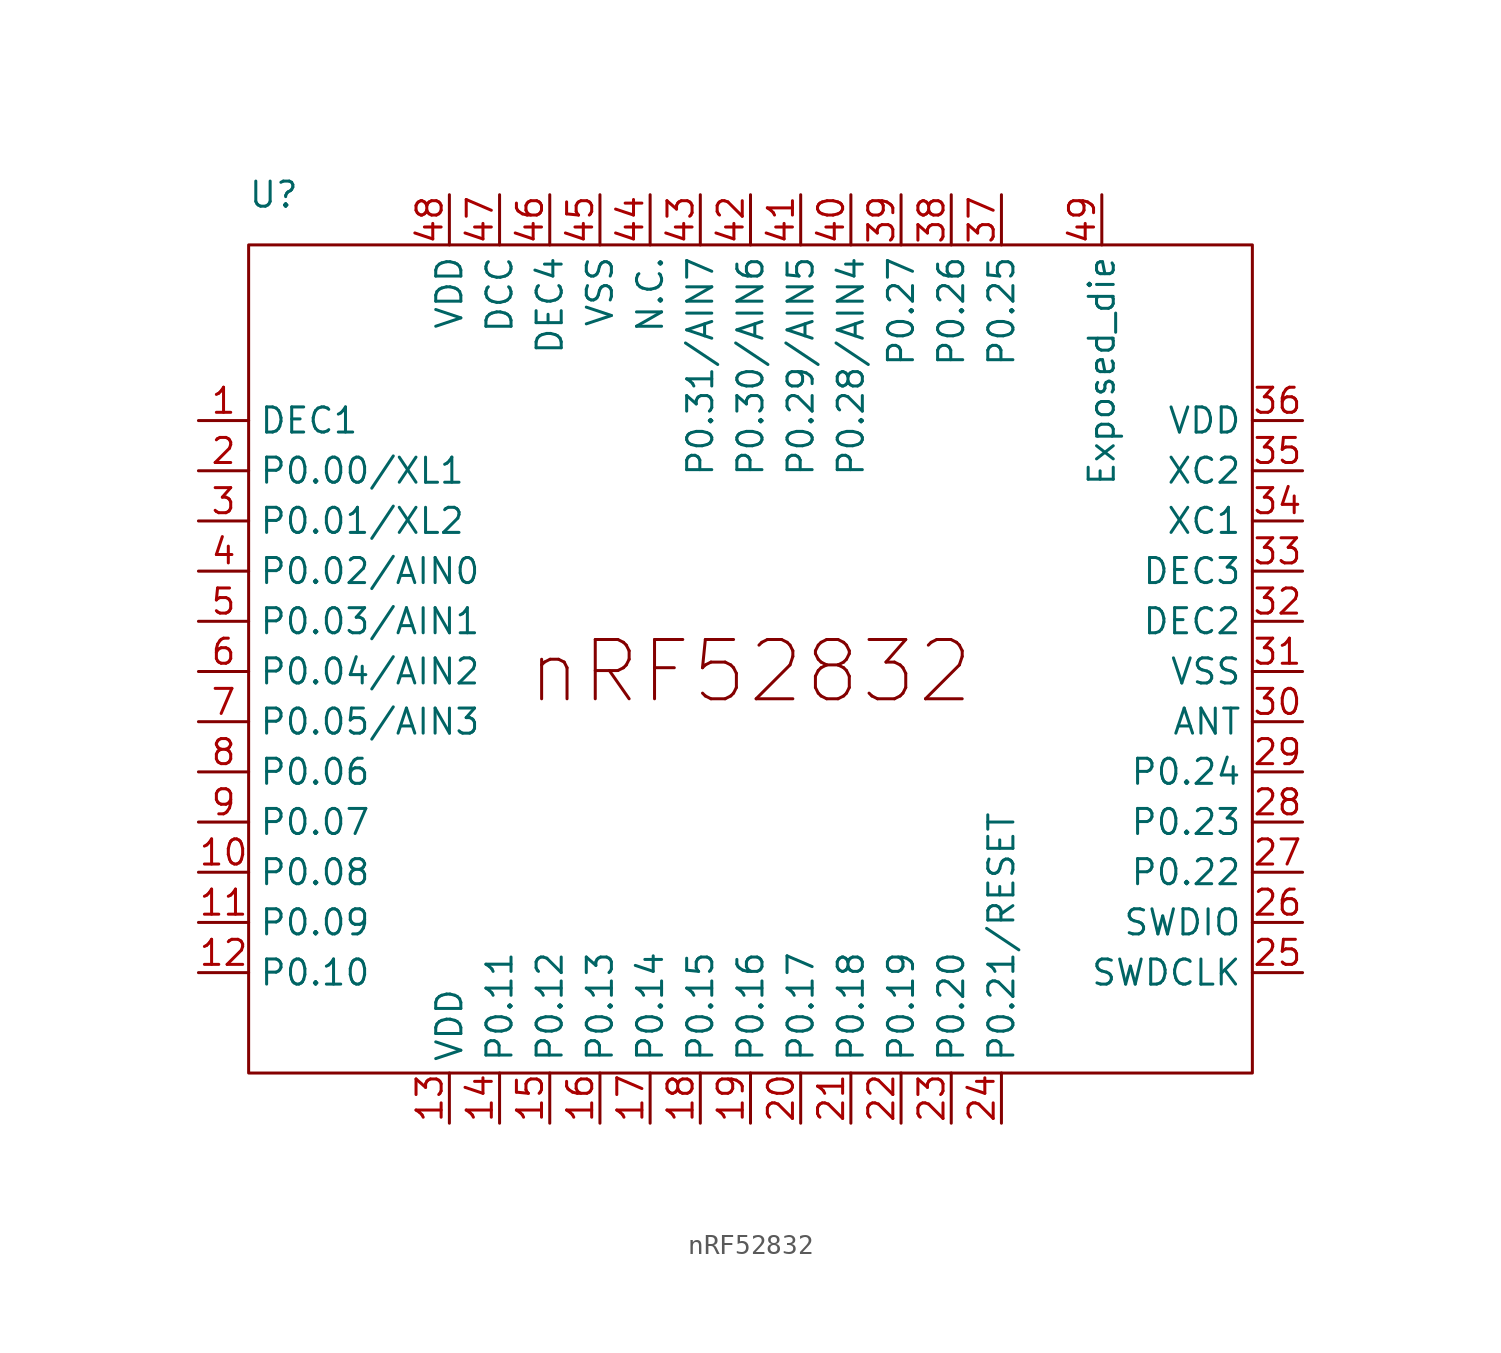
<source format=kicad_sym>
(kicad_symbol_lib
  (version 20220914)
  (generator kicad_symbol_editor)
  (symbol "nRF52832"
    (property "Reference" "U"
      (at -24.13 24.13 0)
      (effects (font (size 1.27 1.27))))
    (property "Value" ""
      (at -7.62 2.54 0)
      (effects (font (size 1.27 1.27))))
    (symbol "nRF52832_0_1"
      (rectangle (start -25.4 21.59) (end 25.4 -20.32) (stroke (width 0) (type default)) (fill (type none))))
    (symbol "nRF52832_1_1"
      (text "nRF52832" (at 0 0 0) (effects (font (size 3 3))))
      (pin input line (at -27.94 12.7 0) (length 2.54) (name "DEC1" (effects (font (size 1.27 1.27)))) (number "1" (effects (font (size 1.27 1.27)))))
      (pin bidirectional line (at -27.94 -10.16 0) (length 2.54) (name "P0.08" (effects (font (size 1.27 1.27)))) (number "10" (effects (font (size 1.27 1.27)))))
      (pin bidirectional line (at -27.94 -12.7 0) (length 2.54) (name "P0.09" (effects (font (size 1.27 1.27)))) (number "11" (effects (font (size 1.27 1.27)))))
      (pin bidirectional line (at -27.94 -15.24 0) (length 2.54) (name "P0.10" (effects (font (size 1.27 1.27)))) (number "12" (effects (font (size 1.27 1.27)))))
      (pin power_in line (at -15.24 -22.86 90) (length 2.54) (name "VDD" (effects (font (size 1.27 1.27)))) (number "13" (effects (font (size 1.27 1.27)))))
      (pin bidirectional line (at -12.7 -22.86 90) (length 2.54) (name "P0.11" (effects (font (size 1.27 1.27)))) (number "14" (effects (font (size 1.27 1.27)))))
      (pin bidirectional line (at -10.16 -22.86 90) (length 2.54) (name "P0.12" (effects (font (size 1.27 1.27)))) (number "15" (effects (font (size 1.27 1.27)))))
      (pin bidirectional line (at -7.62 -22.86 90) (length 2.54) (name "P0.13" (effects (font (size 1.27 1.27)))) (number "16" (effects (font (size 1.27 1.27)))))
      (pin bidirectional line (at -5.08 -22.86 90) (length 2.54) (name "P0.14" (effects (font (size 1.27 1.27)))) (number "17" (effects (font (size 1.27 1.27)))))
      (pin bidirectional line (at -2.54 -22.86 90) (length 2.54) (name "P0.15" (effects (font (size 1.27 1.27)))) (number "18" (effects (font (size 1.27 1.27)))))
      (pin bidirectional line (at 0 -22.86 90) (length 2.54) (name "P0.16" (effects (font (size 1.27 1.27)))) (number "19" (effects (font (size 1.27 1.27)))))
      (pin bidirectional line (at -27.94 10.16 0) (length 2.54) (name "P0.00/XL1" (effects (font (size 1.27 1.27)))) (number "2" (effects (font (size 1.27 1.27)))))
      (pin bidirectional line (at 2.54 -22.86 90) (length 2.54) (name "P0.17" (effects (font (size 1.27 1.27)))) (number "20" (effects (font (size 1.27 1.27)))))
      (pin bidirectional line (at 5.08 -22.86 90) (length 2.54) (name "P0.18" (effects (font (size 1.27 1.27)))) (number "21" (effects (font (size 1.27 1.27)))))
      (pin bidirectional line (at 7.62 -22.86 90) (length 2.54) (name "P0.19" (effects (font (size 1.27 1.27)))) (number "22" (effects (font (size 1.27 1.27)))))
      (pin bidirectional line (at 10.16 -22.86 90) (length 2.54) (name "P0.20" (effects (font (size 1.27 1.27)))) (number "23" (effects (font (size 1.27 1.27)))))
      (pin bidirectional line (at 12.7 -22.86 90) (length 2.54) (name "P0.21/RESET" (effects (font (size 1.27 1.27)))) (number "24" (effects (font (size 1.27 1.27)))))
      (pin bidirectional line (at 27.94 -15.24 180) (length 2.54) (name "SWDCLK" (effects (font (size 1.27 1.27)))) (number "25" (effects (font (size 1.27 1.27)))))
      (pin bidirectional line (at 27.94 -12.7 180) (length 2.54) (name "SWDIO" (effects (font (size 1.27 1.27)))) (number "26" (effects (font (size 1.27 1.27)))))
      (pin bidirectional line (at 27.94 -10.16 180) (length 2.54) (name "P0.22" (effects (font (size 1.27 1.27)))) (number "27" (effects (font (size 1.27 1.27)))))
      (pin bidirectional line (at 27.94 -7.62 180) (length 2.54) (name "P0.23" (effects (font (size 1.27 1.27)))) (number "28" (effects (font (size 1.27 1.27)))))
      (pin bidirectional line (at 27.94 -5.08 180) (length 2.54) (name "P0.24" (effects (font (size 1.27 1.27)))) (number "29" (effects (font (size 1.27 1.27)))))
      (pin bidirectional line (at -27.94 7.62 0) (length 2.54) (name "P0.01/XL2" (effects (font (size 1.27 1.27)))) (number "3" (effects (font (size 1.27 1.27)))))
      (pin bidirectional line (at 27.94 -2.54 180) (length 2.54) (name "ANT" (effects (font (size 1.27 1.27)))) (number "30" (effects (font (size 1.27 1.27)))))
      (pin power_in line (at 27.94 0 180) (length 2.54) (name "VSS" (effects (font (size 1.27 1.27)))) (number "31" (effects (font (size 1.27 1.27)))))
      (pin bidirectional line (at 27.94 2.54 180) (length 2.54) (name "DEC2" (effects (font (size 1.27 1.27)))) (number "32" (effects (font (size 1.27 1.27)))))
      (pin bidirectional line (at 27.94 5.08 180) (length 2.54) (name "DEC3" (effects (font (size 1.27 1.27)))) (number "33" (effects (font (size 1.27 1.27)))))
      (pin input line (at 27.94 7.62 180) (length 2.54) (name "XC1" (effects (font (size 1.27 1.27)))) (number "34" (effects (font (size 1.27 1.27)))))
      (pin output line (at 27.94 10.16 180) (length 2.54) (name "XC2" (effects (font (size 1.27 1.27)))) (number "35" (effects (font (size 1.27 1.27)))))
      (pin power_in line (at 27.94 12.7 180) (length 2.54) (name "VDD" (effects (font (size 1.27 1.27)))) (number "36" (effects (font (size 1.27 1.27)))))
      (pin bidirectional line (at 12.7 24.13 270) (length 2.54) (name "P0.25" (effects (font (size 1.27 1.27)))) (number "37" (effects (font (size 1.27 1.27)))))
      (pin bidirectional line (at 10.16 24.13 270) (length 2.54) (name "P0.26" (effects (font (size 1.27 1.27)))) (number "38" (effects (font (size 1.27 1.27)))))
      (pin bidirectional line (at 7.62 24.13 270) (length 2.54) (name "P0.27" (effects (font (size 1.27 1.27)))) (number "39" (effects (font (size 1.27 1.27)))))
      (pin bidirectional line (at -27.94 5.08 0) (length 2.54) (name "P0.02/AIN0" (effects (font (size 1.27 1.27)))) (number "4" (effects (font (size 1.27 1.27)))))
      (pin bidirectional line (at 5.08 24.13 270) (length 2.54) (name "P0.28/AIN4" (effects (font (size 1.27 1.27)))) (number "40" (effects (font (size 1.27 1.27)))))
      (pin bidirectional line (at 2.54 24.13 270) (length 2.54) (name "P0.29/AIN5" (effects (font (size 1.27 1.27)))) (number "41" (effects (font (size 1.27 1.27)))))
      (pin bidirectional line (at 0 24.13 270) (length 2.54) (name "P0.30/AIN6" (effects (font (size 1.27 1.27)))) (number "42" (effects (font (size 1.27 1.27)))))
      (pin bidirectional line (at -2.54 24.13 270) (length 2.54) (name "P0.31/AIN7" (effects (font (size 1.27 1.27)))) (number "43" (effects (font (size 1.27 1.27)))))
      (pin bidirectional line (at -5.08 24.13 270) (length 2.54) (name "N.C." (effects (font (size 1.27 1.27)))) (number "44" (effects (font (size 1.27 1.27)))))
      (pin bidirectional line (at -7.62 24.13 270) (length 2.54) (name "VSS" (effects (font (size 1.27 1.27)))) (number "45" (effects (font (size 1.27 1.27)))))
      (pin bidirectional line (at -10.16 24.13 270) (length 2.54) (name "DEC4" (effects (font (size 1.27 1.27)))) (number "46" (effects (font (size 1.27 1.27)))))
      (pin bidirectional line (at -12.7 24.13 270) (length 2.54) (name "DCC" (effects (font (size 1.27 1.27)))) (number "47" (effects (font (size 1.27 1.27)))))
      (pin bidirectional line (at -15.24 24.13 270) (length 2.54) (name "VDD" (effects (font (size 1.27 1.27)))) (number "48" (effects (font (size 1.27 1.27)))))
      (pin power_in line (at 17.78 24.13 270) (length 2.54) (name "Exposed_die" (effects (font (size 1.27 1.27)))) (number "49" (effects (font (size 1.27 1.27)))))
      (pin bidirectional line (at -27.94 2.54 0) (length 2.54) (name "P0.03/AIN1" (effects (font (size 1.27 1.27)))) (number "5" (effects (font (size 1.27 1.27)))))
      (pin bidirectional line (at -27.94 0 0) (length 2.54) (name "P0.04/AIN2" (effects (font (size 1.27 1.27)))) (number "6" (effects (font (size 1.27 1.27)))))
      (pin bidirectional line (at -27.94 -2.54 0) (length 2.54) (name "P0.05/AIN3" (effects (font (size 1.27 1.27)))) (number "7" (effects (font (size 1.27 1.27)))))
      (pin bidirectional line (at -27.94 -5.08 0) (length 2.54) (name "P0.06" (effects (font (size 1.27 1.27)))) (number "8" (effects (font (size 1.27 1.27)))))
      (pin bidirectional line (at -27.94 -7.62 0) (length 2.54) (name "P0.07" (effects (font (size 1.27 1.27)))) (number "9" (effects (font (size 1.27 1.27))))))))
</source>
